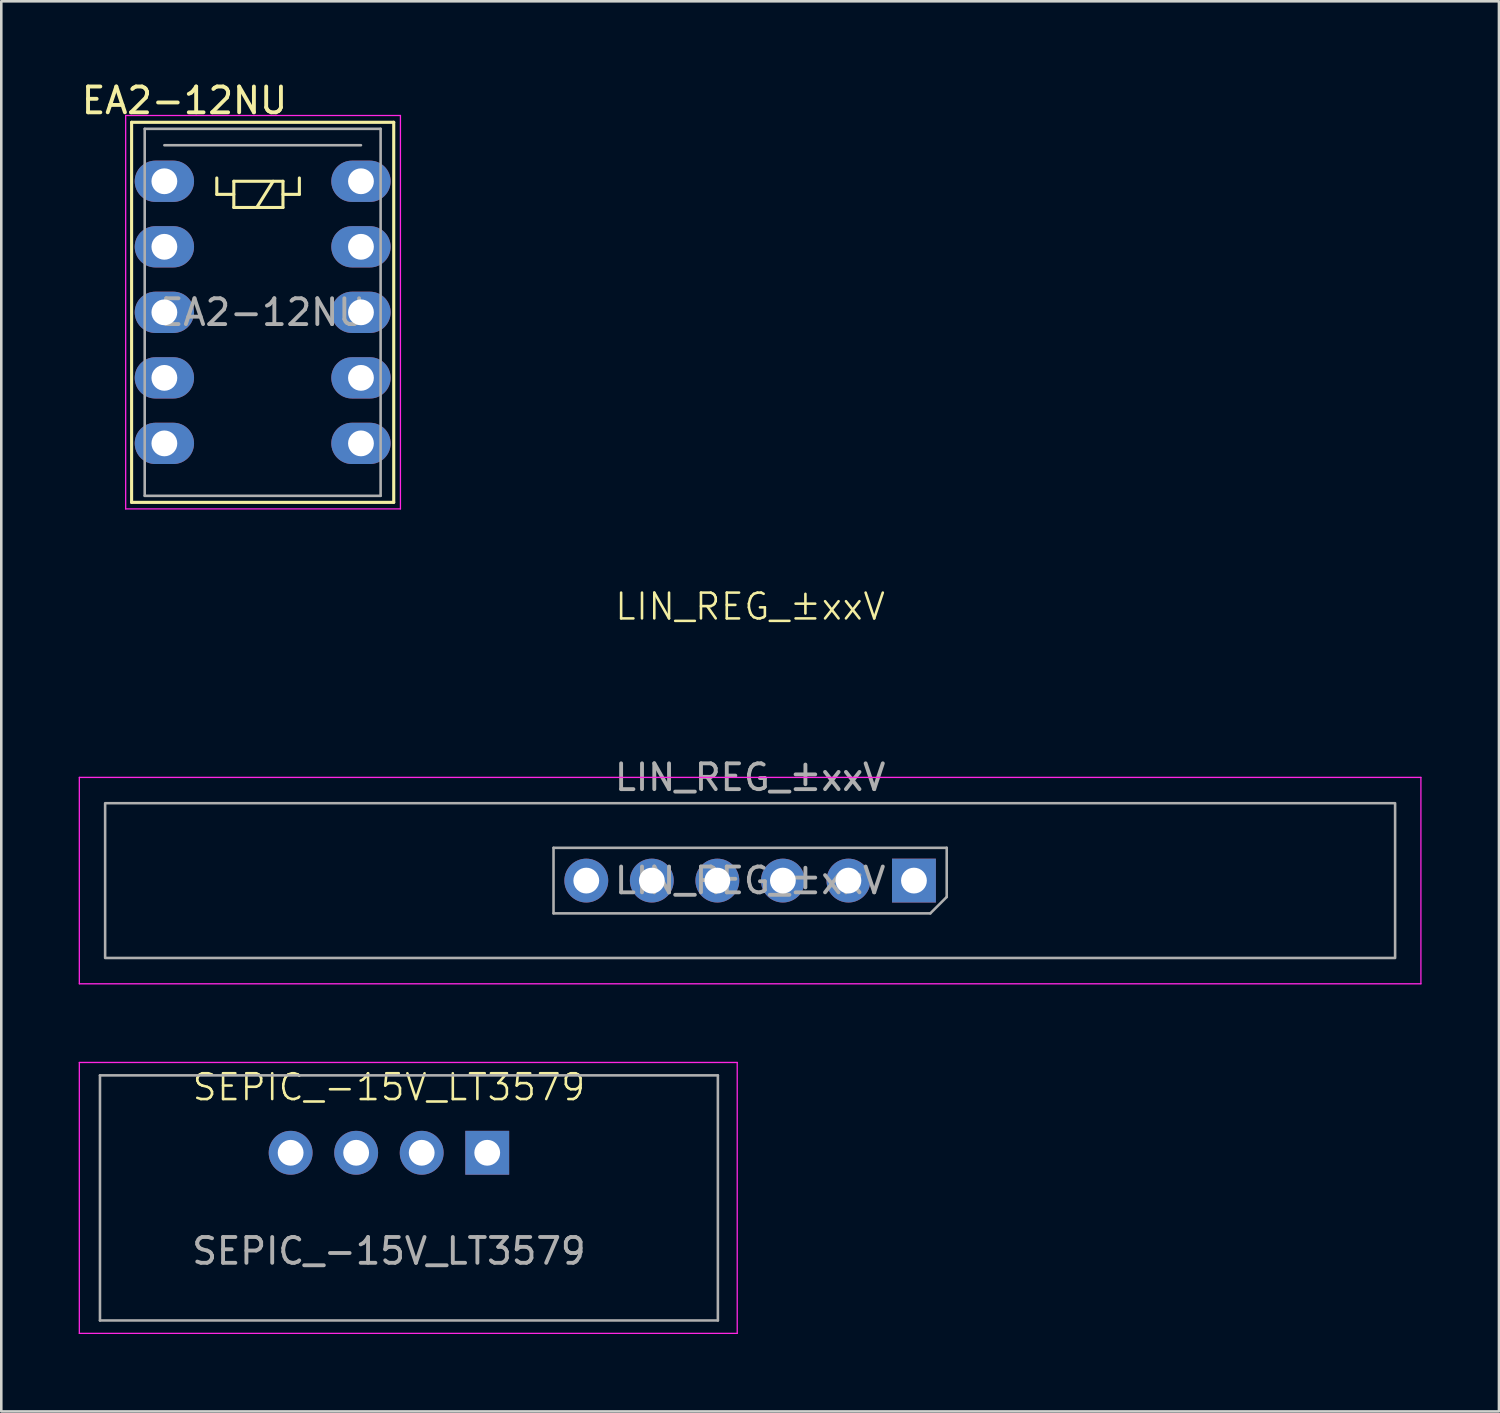
<source format=kicad_pcb>
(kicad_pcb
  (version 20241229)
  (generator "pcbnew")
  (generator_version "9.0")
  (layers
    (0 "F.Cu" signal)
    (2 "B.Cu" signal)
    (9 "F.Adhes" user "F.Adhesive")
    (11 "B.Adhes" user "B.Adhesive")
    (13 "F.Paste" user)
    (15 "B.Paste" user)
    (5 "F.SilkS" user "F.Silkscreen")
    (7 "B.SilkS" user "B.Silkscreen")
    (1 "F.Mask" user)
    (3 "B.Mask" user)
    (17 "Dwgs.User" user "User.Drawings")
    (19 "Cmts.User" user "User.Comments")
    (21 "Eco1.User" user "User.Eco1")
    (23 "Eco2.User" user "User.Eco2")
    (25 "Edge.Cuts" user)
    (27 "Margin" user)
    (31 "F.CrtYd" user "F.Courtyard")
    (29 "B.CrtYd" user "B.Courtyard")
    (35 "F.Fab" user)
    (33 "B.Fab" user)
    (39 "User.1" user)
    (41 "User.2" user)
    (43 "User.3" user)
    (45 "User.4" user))
  (footprint "SEPIC_-15V_LT3579"
    (layer "F.Cu")
    (at 12.025 41.632)
    (property "Reference" "SEPIC_-15V_LT3579" (at 0 -2.54 0) (unlocked yes) (layer "F.SilkS") (effects (font (size 1 1) (thickness 0.1))))
    (attr through_hole)
    (fp_line (start -12 -3.5) (end 13.5 -3.5) (stroke (width 0.05) (type solid)) (layer "F.CrtYd"))
    (fp_line (start -12 7) (end -12 -3.5) (stroke (width 0.05) (type solid)) (layer "F.CrtYd"))
    (fp_line (start 13.5 -3.5) (end 13.5 7) (stroke (width 0.05) (type solid)) (layer "F.CrtYd"))
    (fp_line (start 13.5 7) (end -12 7) (stroke (width 0.05) (type solid)) (layer "F.CrtYd"))
    (fp_line (start -11.2 -3) (end 12.75 -3) (stroke (width 0.1) (type solid)) (layer "F.Fab"))
    (fp_line (start -11.2 6.5) (end -11.2 -3) (stroke (width 0.1) (type solid)) (layer "F.Fab"))
    (fp_line (start 12.75 -3) (end 12.75 6.5) (stroke (width 0.1) (type solid)) (layer "F.Fab"))
    (fp_line (start 12.75 6.5) (end -11.2 6.5) (stroke (width 0.1) (type solid)) (layer "F.Fab"))
    (fp_text user "${REFERENCE}" (at 0 3.81 0) (unlocked yes) (layer "F.Fab") (effects (font (size 1 1) (thickness 0.15))))
    (pad "1" thru_hole rect (at 3.81 0 270) (size 1.7 1.7) (drill 1) (layers "*.Cu" "*.Mask"))
    (pad "2" thru_hole oval (at 1.27 0 270) (size 1.7 1.7) (drill 1) (layers "*.Cu" "*.Mask"))
    (pad "3" thru_hole oval (at -1.27 0 270) (size 1.7 1.7) (drill 1) (layers "*.Cu" "*.Mask"))
    (pad "4" thru_hole oval (at -3.81 0 270) (size 1.7 1.7) (drill 1) (layers "*.Cu" "*.Mask")))
  (footprint "LIN_REG_±xxV"
    (layer "F.Cu")
    (at 26.025 31.082)
    (property "Reference" "LIN_REG_±xxV" (at 0 -10.62 0) (unlocked yes) (layer "F.SilkS") (effects (font (size 1 1) (thickness 0.1))))
    (attr smd)
    (fp_line (start -26 -4) (end -26 4) (stroke (width 0.05) (type solid)) (layer "F.CrtYd"))
    (fp_line (start -26 -4) (end 26 -4) (stroke (width 0.05) (type solid)) (layer "F.CrtYd"))
    (fp_line (start 26 -4) (end 26 4) (stroke (width 0.05) (type solid)) (layer "F.CrtYd"))
    (fp_line (start 26 4) (end -26 4) (stroke (width 0.05) (type solid)) (layer "F.CrtYd"))
    (fp_line (start -7.62 -1.27) (end 7.62 -1.27) (stroke (width 0.1) (type solid)) (layer "F.Fab"))
    (fp_line (start -7.62 1.27) (end -7.62 -1.27) (stroke (width 0.1) (type solid)) (layer "F.Fab"))
    (fp_line (start 6.985 1.27) (end -7.62 1.27) (stroke (width 0.1) (type solid)) (layer "F.Fab"))
    (fp_line (start 7.62 -1.27) (end 7.62 0.635) (stroke (width 0.1) (type solid)) (layer "F.Fab"))
    (fp_line (start 7.62 0.635) (end 6.985 1.27) (stroke (width 0.1) (type solid)) (layer "F.Fab"))
    (fp_rect (start -25 -3) (end 25 3) (stroke (width 0.1) (type default)) (fill no) (layer "F.Fab"))
    (fp_text user "${REFERENCE}" (at 0 0 0) (layer "F.Fab") (effects (font (size 1 1) (thickness 0.15))))
    (fp_text user "${REFERENCE}" (at 0 -4 0) (unlocked yes) (layer "F.Fab") (effects (font (size 1 1) (thickness 0.15))))
    (pad "1" thru_hole rect (at 6.35 0 270) (size 1.7 1.7) (drill 1) (layers "*.Cu" "*.Mask"))
    (pad "2" thru_hole oval (at 3.81 0 270) (size 1.7 1.7) (drill 1) (layers "*.Cu" "*.Mask"))
    (pad "3" thru_hole oval (at 1.27 0 270) (size 1.7 1.7) (drill 1) (layers "*.Cu" "*.Mask"))
    (pad "4" thru_hole oval (at -1.27 0 270) (size 1.7 1.7) (drill 1) (layers "*.Cu" "*.Mask"))
    (pad "5" thru_hole oval (at -3.81 0 270) (size 1.7 1.7) (drill 1) (layers "*.Cu" "*.Mask"))
    (pad "6" thru_hole oval (at -6.35 0 270) (size 1.7 1.7) (drill 1) (layers "*.Cu" "*.Mask")))
  (footprint "EA2-12NU"
    (layer "F.Cu")
    (at 7.131 9.056)
    (property "Reference" "EA2-12NU" (at -3.03 -8.208 0) (layer "F.SilkS") (effects (font (size 1 1) (thickness 0.15))))
    (attr through_hole)
    (fp_line (start -5.08 -7.366) (end 5.08 -7.366) (stroke (width 0.12) (type solid)) (layer "F.SilkS"))
    (fp_line (start -5.08 7.366) (end -5.08 -7.366) (stroke (width 0.12) (type solid)) (layer "F.SilkS"))
    (fp_line (start -1.778 -5.207) (end -1.778 -4.572) (stroke (width 0.12) (type solid)) (layer "F.SilkS"))
    (fp_line (start -1.778 -4.572) (end -1.118 -4.572) (stroke (width 0.12) (type solid)) (layer "F.SilkS"))
    (fp_line (start -1.118 -5.08) (end -1.118 -4.064) (stroke (width 0.12) (type solid)) (layer "F.SilkS"))
    (fp_line (start -1.118 -4.064) (end 0.787 -4.064) (stroke (width 0.12) (type solid)) (layer "F.SilkS"))
    (fp_line (start 0.406 -5.08) (end -0.229 -4.064) (stroke (width 0.12) (type solid)) (layer "F.SilkS"))
    (fp_line (start 0.787 -5.08) (end -1.118 -5.08) (stroke (width 0.12) (type solid)) (layer "F.SilkS"))
    (fp_line (start 0.787 -5.08) (end 0.787 -4.064) (stroke (width 0.12) (type solid)) (layer "F.SilkS"))
    (fp_line (start 1.422 -5.207) (end 1.422 -4.572) (stroke (width 0.12) (type solid)) (layer "F.SilkS"))
    (fp_line (start 1.422 -4.572) (end 0.787 -4.572) (stroke (width 0.12) (type solid)) (layer "F.SilkS"))
    (fp_line (start 5.08 -7.366) (end 5.08 7.366) (stroke (width 0.12) (type solid)) (layer "F.SilkS"))
    (fp_line (start 5.08 7.366) (end -5.08 7.366) (stroke (width 0.12) (type solid)) (layer "F.SilkS"))
    (fp_line (start -5.31 -7.63) (end 5.34 -7.63) (stroke (width 0.05) (type solid)) (layer "F.CrtYd"))
    (fp_line (start -5.31 7.62) (end -5.31 -7.63) (stroke (width 0.05) (type solid)) (layer "F.CrtYd"))
    (fp_line (start 5.34 -7.63) (end 5.34 7.62) (stroke (width 0.05) (type solid)) (layer "F.CrtYd"))
    (fp_line (start 5.34 7.62) (end -5.31 7.62) (stroke (width 0.05) (type solid)) (layer "F.CrtYd"))
    (fp_line (start -4.572 -7.112) (end 4.572 -7.112) (stroke (width 0.1) (type solid)) (layer "F.Fab"))
    (fp_line (start -4.572 7.112) (end -4.572 -7.112) (stroke (width 0.1) (type solid)) (layer "F.Fab"))
    (fp_line (start -3.81 -6.477) (end 3.81 -6.477) (stroke (width 0.1) (type solid)) (layer "F.Fab"))
    (fp_line (start 4.572 -7.112) (end 4.572 7.112) (stroke (width 0.1) (type solid)) (layer "F.Fab"))
    (fp_line (start 4.572 7.112) (end -4.572 7.112) (stroke (width 0.1) (type solid)) (layer "F.Fab"))
    (fp_text user "${REFERENCE}" (at 0 0 0) (layer "F.Fab") (effects (font (size 1 1) (thickness 0.15))))
    (pad "1" thru_hole oval (at -3.81 -5.08) (size 2.3 1.6) (drill 1) (layers "*.Cu" "*.Mask"))
    (pad "2" thru_hole oval (at -3.81 -2.54) (size 2.3 1.6) (drill 1) (layers "*.Cu" "*.Mask"))
    (pad "3" thru_hole oval (at -3.81 0) (size 2.3 1.6) (drill 1) (layers "*.Cu" "*.Mask"))
    (pad "4" thru_hole oval (at -3.81 2.54) (size 2.3 1.6) (drill 1) (layers "*.Cu" "*.Mask"))
    (pad "5" thru_hole oval (at -3.81 5.08) (size 2.3 1.6) (drill 1) (layers "*.Cu" "*.Mask"))
    (pad "6" thru_hole oval (at 3.81 5.08) (size 2.3 1.6) (drill 1) (layers "*.Cu" "*.Mask"))
    (pad "7" thru_hole oval (at 3.81 2.54) (size 2.3 1.6) (drill 1) (layers "*.Cu" "*.Mask"))
    (pad "8" thru_hole oval (at 3.81 0) (size 2.3 1.6) (drill 1) (layers "*.Cu" "*.Mask"))
    (pad "9" thru_hole oval (at 3.81 -2.54) (size 2.3 1.6) (drill 1) (layers "*.Cu" "*.Mask"))
    (pad "10" thru_hole oval (at 3.81 -5.08) (size 2.3 1.6) (drill 1) (layers "*.Cu" "*.Mask")))
  (gr_rect
    (start -3 -3)
    (end 55.05 51.657)
    (stroke (width 0.1) (type default))
    (fill no)
    (layer "Edge.Cuts")))
</source>
